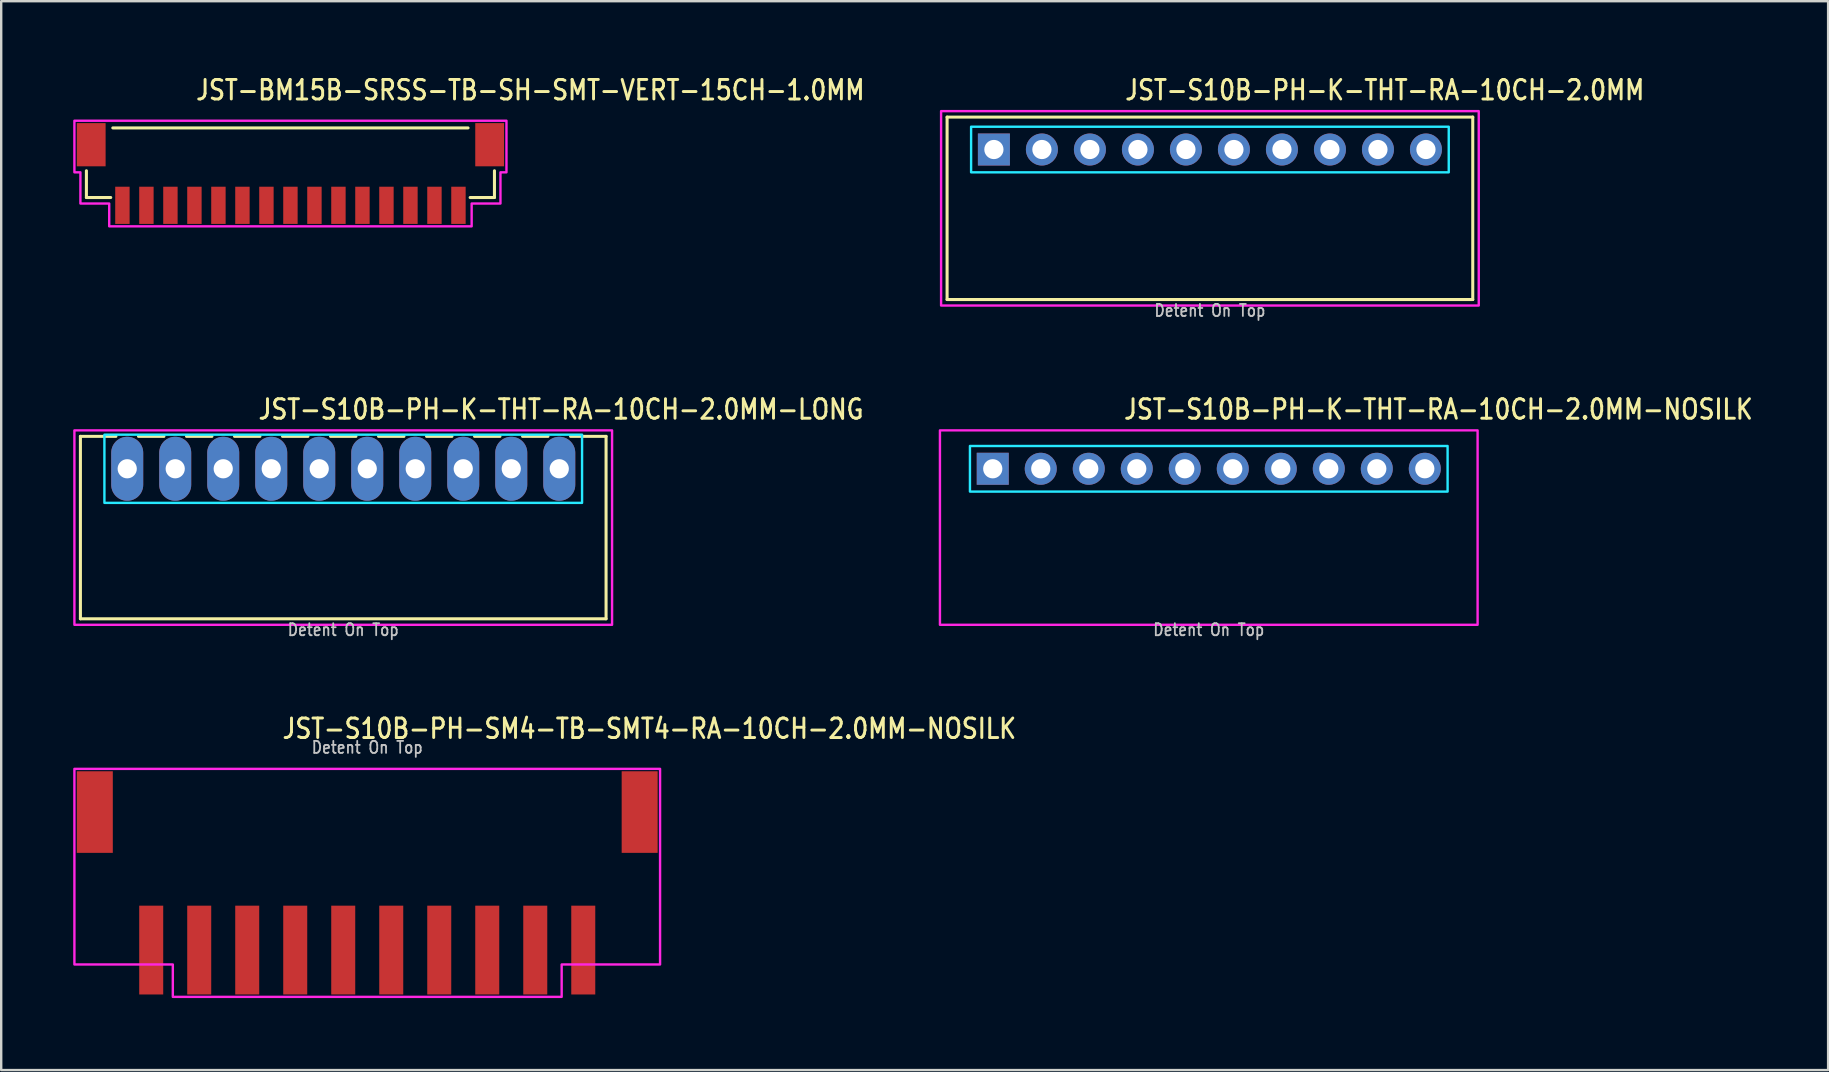
<source format=kicad_pcb>
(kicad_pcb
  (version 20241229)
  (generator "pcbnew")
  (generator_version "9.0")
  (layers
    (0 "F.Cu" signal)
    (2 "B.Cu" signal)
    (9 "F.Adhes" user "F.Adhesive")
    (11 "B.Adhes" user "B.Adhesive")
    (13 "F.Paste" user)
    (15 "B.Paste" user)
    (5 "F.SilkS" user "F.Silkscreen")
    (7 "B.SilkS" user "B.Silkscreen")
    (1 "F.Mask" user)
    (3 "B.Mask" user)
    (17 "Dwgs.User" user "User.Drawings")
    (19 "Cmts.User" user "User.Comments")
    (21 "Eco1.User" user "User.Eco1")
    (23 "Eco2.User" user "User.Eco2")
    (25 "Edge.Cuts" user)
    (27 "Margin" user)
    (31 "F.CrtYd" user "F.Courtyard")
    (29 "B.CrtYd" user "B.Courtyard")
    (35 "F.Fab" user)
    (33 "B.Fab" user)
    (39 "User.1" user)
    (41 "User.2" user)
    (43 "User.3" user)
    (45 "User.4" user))
  (footprint "JST-S10B-PH-SM4-TB-SMT4-RA-10CH-2.0MM-NOSILK"
    (layer "F.Cu")
    (at 12.25 30.782)
    (property "Reference" "JST-S10B-PH-SM4-TB-SMT4-RA-10CH-2.0MM-NOSILK" (at -3.6 -3 0) (unlocked yes) (layer "F.SilkS") (effects (font (size 0.813 0.695) (thickness 0.122)) (justify left bottom)))
    (fp_poly (pts (xy -12.2 -1.8) (xy -12.2 6.35) (xy -8.1 6.35) (xy -8.1 7.7) (xy 8.1 7.7) (xy 8.1 6.35) (xy 12.2 6.35) (xy 12.2 -1.8)) (stroke (width 0.1) (type solid)) (fill no) (layer "F.CrtYd"))
    (fp_text user "Detent On Top" (at 0 -2.4 0) (unlocked yes) (layer "Dwgs.User") (effects (font (size 0.5 0.427) (thickness 0.075)) (justify bottom)))
    (pad "P$1" smd rect (at 9 5.75) (size 1 3.7) (layers "F.Cu" "F.Mask" "F.Paste"))
    (pad "P$2" smd rect (at 7 5.75) (size 1 3.7) (layers "F.Cu" "F.Mask" "F.Paste"))
    (pad "P$3" smd rect (at 5 5.75) (size 1 3.7) (layers "F.Cu" "F.Mask" "F.Paste"))
    (pad "P$4" smd rect (at 3 5.75) (size 1 3.7) (layers "F.Cu" "F.Mask" "F.Paste"))
    (pad "P$5" smd rect (at 1 5.75) (size 1 3.7) (layers "F.Cu" "F.Mask" "F.Paste"))
    (pad "P$6" smd rect (at -1 5.75) (size 1 3.7) (layers "F.Cu" "F.Mask" "F.Paste"))
    (pad "P$7" smd rect (at -3 5.75) (size 1 3.7) (layers "F.Cu" "F.Mask" "F.Paste"))
    (pad "P$8" smd rect (at -5 5.75) (size 1 3.7) (layers "F.Cu" "F.Mask" "F.Paste"))
    (pad "P$9" smd rect (at -7 5.75) (size 1 3.7) (layers "F.Cu" "F.Mask" "F.Paste"))
    (pad "P$10" smd rect (at -9 5.75) (size 1 3.7) (layers "F.Cu" "F.Mask" "F.Paste"))
    (pad "S$1" smd rect (at -11.35 0) (size 1.5 3.4) (layers "F.Cu" "F.Mask" "F.Paste"))
    (pad "S$2" smd rect (at 11.35 0) (size 1.5 3.4) (layers "F.Cu" "F.Mask" "F.Paste")))
  (footprint "JST-S10B-PH-K-THT-RA-10CH-2.0MM"
    (layer "F.Cu")
    (at 47.358 3.179)
    (property "Reference" "JST-S10B-PH-K-THT-RA-10CH-2.0MM" (at -3.6 -2 0) (unlocked yes) (layer "F.SilkS") (effects (font (size 0.813 0.695) (thickness 0.122)) (justify left bottom)))
    (fp_line (start -10.95 -1.35) (end 10.95 -1.35) (stroke (width 0.127) (type solid)) (layer "F.SilkS"))
    (fp_line (start -10.95 6.25) (end -10.95 -1.35) (stroke (width 0.127) (type solid)) (layer "F.SilkS"))
    (fp_line (start -10.95 6.25) (end 10.95 6.25) (stroke (width 0.127) (type solid)) (layer "F.SilkS"))
    (fp_line (start 10.95 -1.35) (end 10.95 6.25) (stroke (width 0.127) (type solid)) (layer "F.SilkS"))
    (fp_poly (pts (xy -9.95 -0.95) (xy -9.95 0.95) (xy 9.95 0.95) (xy 9.95 -0.95)) (stroke (width 0.1) (type solid)) (fill no) (layer "B.CrtYd"))
    (fp_poly (pts (xy -11.2 -1.6) (xy -11.2 6.5) (xy 11.2 6.5) (xy 11.2 -1.6)) (stroke (width 0.1) (type solid)) (fill no) (layer "F.CrtYd"))
    (fp_text user "Detent On Top" (at 0 7 0) (unlocked yes) (layer "Dwgs.User") (effects (font (size 0.5 0.427) (thickness 0.075)) (justify bottom)))
    (pad "P$1" thru_hole rect (at -9 0) (size 1.333 1.333) (drill 0.8) (layers "*.Cu" "*.Mask"))
    (pad "P$2" thru_hole oval (at -7 0) (size 1.333 1.333) (drill 0.8) (layers "*.Cu" "*.Mask"))
    (pad "P$3" thru_hole oval (at -5 0) (size 1.333 1.333) (drill 0.8) (layers "*.Cu" "*.Mask"))
    (pad "P$4" thru_hole oval (at -3 0) (size 1.333 1.333) (drill 0.8) (layers "*.Cu" "*.Mask"))
    (pad "P$5" thru_hole oval (at -1 0) (size 1.333 1.333) (drill 0.8) (layers "*.Cu" "*.Mask"))
    (pad "P$6" thru_hole oval (at 1 0) (size 1.333 1.333) (drill 0.8) (layers "*.Cu" "*.Mask"))
    (pad "P$7" thru_hole oval (at 3 0) (size 1.333 1.333) (drill 0.8) (layers "*.Cu" "*.Mask"))
    (pad "P$8" thru_hole oval (at 5 0) (size 1.333 1.333) (drill 0.8) (layers "*.Cu" "*.Mask"))
    (pad "P$9" thru_hole oval (at 7 0) (size 1.333 1.333) (drill 0.8) (layers "*.Cu" "*.Mask"))
    (pad "P$10" thru_hole oval (at 9 0) (size 1.333 1.333) (drill 0.8) (layers "*.Cu" "*.Mask")))
  (footprint "JST-S10B-PH-K-THT-RA-10CH-2.0MM-NOSILK"
    (layer "F.Cu")
    (at 47.31 16.48)
    (property "Reference" "JST-S10B-PH-K-THT-RA-10CH-2.0MM-NOSILK" (at -3.6 -2 0) (unlocked yes) (layer "F.SilkS") (effects (font (size 0.813 0.695) (thickness 0.122)) (justify left bottom)))
    (fp_poly (pts (xy -9.95 -0.95) (xy -9.95 0.95) (xy 9.95 0.95) (xy 9.95 -0.95)) (stroke (width 0.1) (type solid)) (fill no) (layer "B.CrtYd"))
    (fp_poly (pts (xy -11.2 -1.6) (xy -11.2 6.5) (xy 11.2 6.5) (xy 11.2 -1.6)) (stroke (width 0.1) (type solid)) (fill no) (layer "F.CrtYd"))
    (fp_text user "Detent On Top" (at 0 7 0) (unlocked yes) (layer "Dwgs.User") (effects (font (size 0.5 0.427) (thickness 0.075)) (justify bottom)))
    (pad "P$1" thru_hole rect (at -9 0) (size 1.333 1.333) (drill 0.8) (layers "*.Cu" "*.Mask"))
    (pad "P$2" thru_hole oval (at -7 0) (size 1.333 1.333) (drill 0.8) (layers "*.Cu" "*.Mask"))
    (pad "P$3" thru_hole oval (at -5 0) (size 1.333 1.333) (drill 0.8) (layers "*.Cu" "*.Mask"))
    (pad "P$4" thru_hole oval (at -3 0) (size 1.333 1.333) (drill 0.8) (layers "*.Cu" "*.Mask"))
    (pad "P$5" thru_hole oval (at -1 0) (size 1.333 1.333) (drill 0.8) (layers "*.Cu" "*.Mask"))
    (pad "P$6" thru_hole oval (at 1 0) (size 1.333 1.333) (drill 0.8) (layers "*.Cu" "*.Mask"))
    (pad "P$7" thru_hole oval (at 3 0) (size 1.333 1.333) (drill 0.8) (layers "*.Cu" "*.Mask"))
    (pad "P$8" thru_hole oval (at 5 0) (size 1.333 1.333) (drill 0.8) (layers "*.Cu" "*.Mask"))
    (pad "P$9" thru_hole oval (at 7 0) (size 1.333 1.333) (drill 0.8) (layers "*.Cu" "*.Mask"))
    (pad "P$10" thru_hole oval (at 9 0) (size 1.333 1.333) (drill 0.8) (layers "*.Cu" "*.Mask")))
  (footprint "JST-BM15B-SRSS-TB-SH-SMT-VERT-15CH-1.0MM"
    (layer "F.Cu")
    (at 9.05 4.179)
    (property "Reference" "JST-BM15B-SRSS-TB-SH-SMT-VERT-15CH-1.0MM" (at -4 -3 0) (unlocked yes) (layer "F.SilkS") (effects (font (size 0.813 0.695) (thickness 0.122)) (justify left bottom)))
    (fp_line (start -8.5 -0.114) (end -8.5 1) (stroke (width 0.127) (type solid)) (layer "F.SilkS"))
    (fp_line (start -8.5 1) (end -7.487 1) (stroke (width 0.127) (type solid)) (layer "F.SilkS"))
    (fp_line (start -7.4 -1.9) (end 7.4 -1.9) (stroke (width 0.127) (type solid)) (layer "F.SilkS"))
    (fp_line (start 7.487 1) (end 8.5 1) (stroke (width 0.127) (type solid)) (layer "F.SilkS"))
    (fp_line (start 8.5 1) (end 8.5 -0.114) (stroke (width 0.127) (type solid)) (layer "F.SilkS"))
    (fp_poly (pts (xy -9 -2.2) (xy -9 -0.05) (xy -8.75 -0.05) (xy -8.75 1.25) (xy -7.55 1.25) (xy -7.55 2.2) (xy 7.55 2.2) (xy 7.55 1.25) (xy 8.75 1.25) (xy 8.75 -0.05) (xy 9 -0.05) (xy 9 -2.2)) (stroke (width 0.1) (type solid)) (fill no) (layer "F.CrtYd"))
    (pad "P$1" smd rect (at -7 1.325) (size 0.6 1.55) (layers "F.Cu" "F.Mask" "F.Paste"))
    (pad "P$2" smd rect (at -6 1.325) (size 0.6 1.55) (layers "F.Cu" "F.Mask" "F.Paste"))
    (pad "P$3" smd rect (at -5 1.325) (size 0.6 1.55) (layers "F.Cu" "F.Mask" "F.Paste"))
    (pad "P$4" smd rect (at -4 1.325) (size 0.6 1.55) (layers "F.Cu" "F.Mask" "F.Paste"))
    (pad "P$5" smd rect (at -3 1.325) (size 0.6 1.55) (layers "F.Cu" "F.Mask" "F.Paste"))
    (pad "P$6" smd rect (at -2 1.325) (size 0.6 1.55) (layers "F.Cu" "F.Mask" "F.Paste"))
    (pad "P$7" smd rect (at -1 1.325) (size 0.6 1.55) (layers "F.Cu" "F.Mask" "F.Paste"))
    (pad "P$8" smd rect (at 0 1.325) (size 0.6 1.55) (layers "F.Cu" "F.Mask" "F.Paste"))
    (pad "P$9" smd rect (at 1 1.325) (size 0.6 1.55) (layers "F.Cu" "F.Mask" "F.Paste"))
    (pad "P$10" smd rect (at 2 1.325) (size 0.6 1.55) (layers "F.Cu" "F.Mask" "F.Paste"))
    (pad "P$11" smd rect (at 3 1.325) (size 0.6 1.55) (layers "F.Cu" "F.Mask" "F.Paste"))
    (pad "P$12" smd rect (at 4 1.325) (size 0.6 1.55) (layers "F.Cu" "F.Mask" "F.Paste"))
    (pad "P$13" smd rect (at 5 1.325) (size 0.6 1.55) (layers "F.Cu" "F.Mask" "F.Paste"))
    (pad "P$14" smd rect (at 6 1.325) (size 0.6 1.55) (layers "F.Cu" "F.Mask" "F.Paste"))
    (pad "P$15" smd rect (at 7 1.325) (size 0.6 1.55) (layers "F.Cu" "F.Mask" "F.Paste"))
    (pad "S$15" smd rect (at 8.3 -1.2) (size 1.2 1.8) (layers "F.Cu" "F.Mask" "F.Paste"))
    (pad "S$16" smd rect (at -8.3 -1.2) (size 1.2 1.8) (layers "F.Cu" "F.Mask" "F.Paste")))
  (footprint "JST-S10B-PH-K-THT-RA-10CH-2.0MM-LONG"
    (layer "F.Cu")
    (at 11.25 16.48)
    (property "Reference" "JST-S10B-PH-K-THT-RA-10CH-2.0MM-LONG" (at -3.6 -2 0) (unlocked yes) (layer "F.SilkS") (effects (font (size 0.813 0.695) (thickness 0.122)) (justify left bottom)))
    (fp_line (start -10.95 -1.35) (end -9.471 -1.35) (stroke (width 0.127) (type solid)) (layer "F.SilkS"))
    (fp_line (start -10.95 6.25) (end -10.95 -1.35) (stroke (width 0.127) (type solid)) (layer "F.SilkS"))
    (fp_line (start -10.95 6.25) (end 10.95 6.25) (stroke (width 0.127) (type solid)) (layer "F.SilkS"))
    (fp_line (start -8.529 -1.35) (end -7.471 -1.35) (stroke (width 0.127) (type solid)) (layer "F.SilkS"))
    (fp_line (start -6.529 -1.35) (end -5.471 -1.35) (stroke (width 0.127) (type solid)) (layer "F.SilkS"))
    (fp_line (start -4.529 -1.35) (end -3.471 -1.35) (stroke (width 0.127) (type solid)) (layer "F.SilkS"))
    (fp_line (start -2.529 -1.35) (end -1.471 -1.35) (stroke (width 0.127) (type solid)) (layer "F.SilkS"))
    (fp_line (start -0.529 -1.35) (end 0.529 -1.35) (stroke (width 0.127) (type solid)) (layer "F.SilkS"))
    (fp_line (start 1.471 -1.35) (end 2.529 -1.35) (stroke (width 0.127) (type solid)) (layer "F.SilkS"))
    (fp_line (start 3.471 -1.35) (end 4.529 -1.35) (stroke (width 0.127) (type solid)) (layer "F.SilkS"))
    (fp_line (start 5.471 -1.35) (end 6.529 -1.35) (stroke (width 0.127) (type solid)) (layer "F.SilkS"))
    (fp_line (start 7.471 -1.35) (end 8.529 -1.35) (stroke (width 0.127) (type solid)) (layer "F.SilkS"))
    (fp_line (start 9.471 -1.35) (end 10.95 -1.35) (stroke (width 0.127) (type solid)) (layer "F.SilkS"))
    (fp_line (start 10.95 -1.35) (end 10.95 6.25) (stroke (width 0.127) (type solid)) (layer "F.SilkS"))
    (fp_poly (pts (xy -9.95 -1.42) (xy -9.95 1.42) (xy 9.95 1.42) (xy 9.95 -1.42)) (stroke (width 0.1) (type solid)) (fill no) (layer "B.CrtYd"))
    (fp_poly (pts (xy -11.2 -1.6) (xy -11.2 6.5) (xy 11.2 6.5) (xy 11.2 -1.6)) (stroke (width 0.1) (type solid)) (fill no) (layer "F.CrtYd"))
    (fp_text user "Detent On Top" (at 0 7 0) (unlocked yes) (layer "Dwgs.User") (effects (font (size 0.5 0.427) (thickness 0.075)) (justify bottom)))
    (pad "P$1" thru_hole oval (at -9 0 90) (size 2.667 1.333) (drill 0.8) (layers "*.Cu" "*.Mask"))
    (pad "P$2" thru_hole oval (at -7 0 90) (size 2.667 1.333) (drill 0.8) (layers "*.Cu" "*.Mask"))
    (pad "P$3" thru_hole oval (at -5 0 90) (size 2.667 1.333) (drill 0.8) (layers "*.Cu" "*.Mask"))
    (pad "P$4" thru_hole oval (at -3 0 90) (size 2.667 1.333) (drill 0.8) (layers "*.Cu" "*.Mask"))
    (pad "P$5" thru_hole oval (at -1 0 90) (size 2.667 1.333) (drill 0.8) (layers "*.Cu" "*.Mask"))
    (pad "P$6" thru_hole oval (at 1 0 90) (size 2.667 1.333) (drill 0.8) (layers "*.Cu" "*.Mask"))
    (pad "P$7" thru_hole oval (at 3 0 90) (size 2.667 1.333) (drill 0.8) (layers "*.Cu" "*.Mask"))
    (pad "P$8" thru_hole oval (at 5 0 90) (size 2.667 1.333) (drill 0.8) (layers "*.Cu" "*.Mask"))
    (pad "P$9" thru_hole oval (at 7 0 90) (size 2.667 1.333) (drill 0.8) (layers "*.Cu" "*.Mask"))
    (pad "P$10" thru_hole oval (at 9 0 90) (size 2.667 1.333) (drill 0.8) (layers "*.Cu" "*.Mask")))
  (gr_rect
    (start -3 -3)
    (end 73.113 41.532)
    (stroke (width 0.1) (type default))
    (fill no)
    (layer "Edge.Cuts")))
</source>
